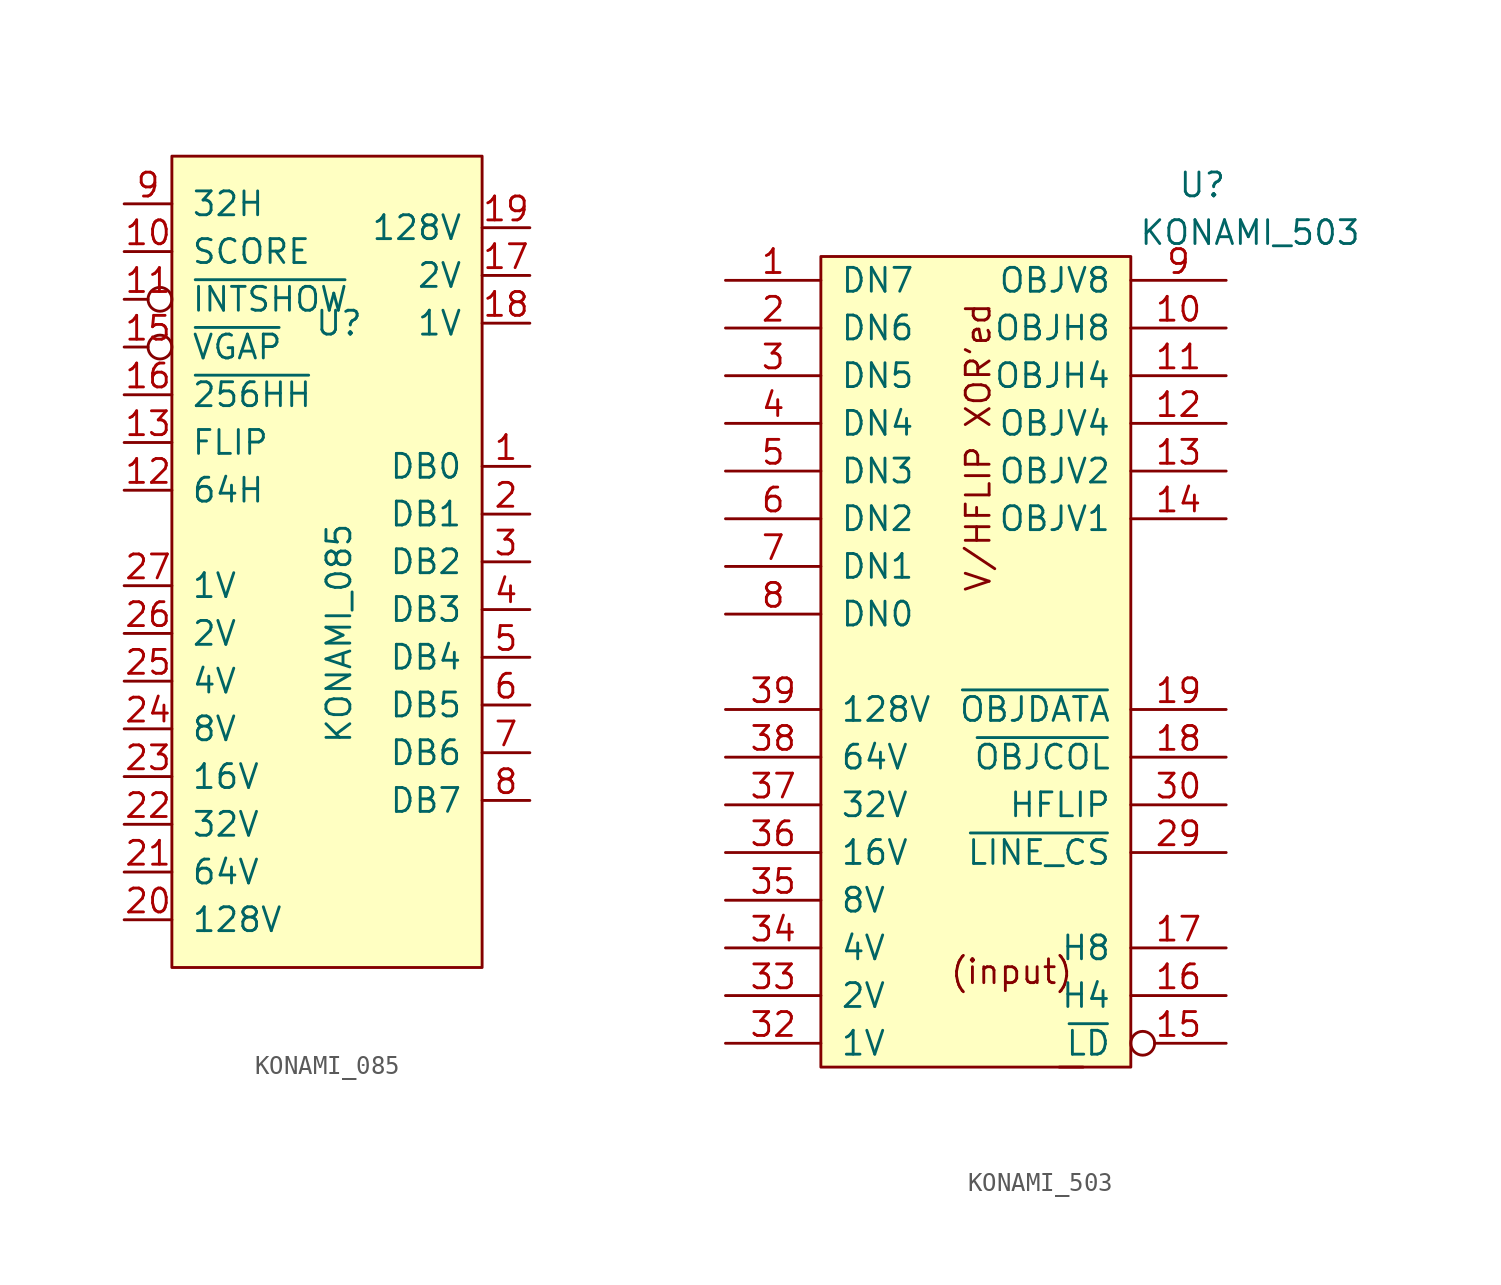
<source format=kicad_sym>
(kicad_symbol_lib
  (version 20231120)
  (generator "kicad_symbol_editor")
  (generator_version "8.0")
  (symbol "KONAMI_085"
    (pin_names
      (offset 1.016))
    (property "Reference" "U"
      (at 0 0 0)
      (effects (font (size 1.27 1.27))))
    (property "Value" "KONAMI_085"
      (at 0 -16.51 90)
      (effects (font (size 1.27 1.27))))
    (symbol "KONAMI_085_0_1"
      (rectangle (start -8.89 8.89) (end 7.62 -34.29) (stroke (width 0) (type default)) (fill (type background))))
    (symbol "KONAMI_085_1_1"
      (pin input line (at 10.16 -7.62 180) (length 2.54) (name "DB0" (effects (font (size 1.27 1.27)))) (number "1" (effects (font (size 1.27 1.27)))))
      (pin input line (at -11.43 3.81 0) (length 2.54) (name "SCORE" (effects (font (size 1.27 1.27)))) (number "10" (effects (font (size 1.27 1.27)))))
      (pin input inverted (at -11.43 1.27 0) (length 2.54) (name "~{INTSHOW}" (effects (font (size 1.27 1.27)))) (number "11" (effects (font (size 1.27 1.27)))))
      (pin input line (at -11.43 -8.89 0) (length 2.54) (name "64H" (effects (font (size 1.27 1.27)))) (number "12" (effects (font (size 1.27 1.27)))))
      (pin input line (at -11.43 -6.35 0) (length 2.54) (name "FLIP" (effects (font (size 1.27 1.27)))) (number "13" (effects (font (size 1.27 1.27)))))
      (pin input inverted (at -11.43 -1.27 0) (length 2.54) (name "~{VGAP}" (effects (font (size 1.27 1.27)))) (number "15" (effects (font (size 1.27 1.27)))))
      (pin input line (at -11.43 -3.81 0) (length 2.54) (name "~{256HH}" (effects (font (size 1.27 1.27)))) (number "16" (effects (font (size 1.27 1.27)))))
      (pin output line (at 10.16 2.54 180) (length 2.54) (name "2V" (effects (font (size 1.27 1.27)))) (number "17" (effects (font (size 1.27 1.27)))))
      (pin output line (at 10.16 0 180) (length 2.54) (name "1V" (effects (font (size 1.27 1.27)))) (number "18" (effects (font (size 1.27 1.27)))))
      (pin output line (at 10.16 5.08 180) (length 2.54) (name "128V" (effects (font (size 1.27 1.27)))) (number "19" (effects (font (size 1.27 1.27)))))
      (pin input line (at 10.16 -10.16 180) (length 2.54) (name "DB1" (effects (font (size 1.27 1.27)))) (number "2" (effects (font (size 1.27 1.27)))))
      (pin bidirectional line (at -11.43 -31.75 0) (length 2.54) (name "128V" (effects (font (size 1.27 1.27)))) (number "20" (effects (font (size 1.27 1.27)))))
      (pin bidirectional line (at -11.43 -29.21 0) (length 2.54) (name "64V" (effects (font (size 1.27 1.27)))) (number "21" (effects (font (size 1.27 1.27)))))
      (pin bidirectional line (at -11.43 -26.67 0) (length 2.54) (name "32V" (effects (font (size 1.27 1.27)))) (number "22" (effects (font (size 1.27 1.27)))))
      (pin bidirectional line (at -11.43 -24.13 0) (length 2.54) (name "16V" (effects (font (size 1.27 1.27)))) (number "23" (effects (font (size 1.27 1.27)))))
      (pin bidirectional line (at -11.43 -21.59 0) (length 2.54) (name "8V" (effects (font (size 1.27 1.27)))) (number "24" (effects (font (size 1.27 1.27)))))
      (pin bidirectional line (at -11.43 -19.05 0) (length 2.54) (name "4V" (effects (font (size 1.27 1.27)))) (number "25" (effects (font (size 1.27 1.27)))))
      (pin bidirectional line (at -11.43 -16.51 0) (length 2.54) (name "2V" (effects (font (size 1.27 1.27)))) (number "26" (effects (font (size 1.27 1.27)))))
      (pin bidirectional line (at -11.43 -13.97 0) (length 2.54) (name "1V" (effects (font (size 1.27 1.27)))) (number "27" (effects (font (size 1.27 1.27)))))
      (pin input line (at 10.16 -12.7 180) (length 2.54) (name "DB2" (effects (font (size 1.27 1.27)))) (number "3" (effects (font (size 1.27 1.27)))))
      (pin input line (at 10.16 -15.24 180) (length 2.54) (name "DB3" (effects (font (size 1.27 1.27)))) (number "4" (effects (font (size 1.27 1.27)))))
      (pin input line (at 10.16 -17.78 180) (length 2.54) (name "DB4" (effects (font (size 1.27 1.27)))) (number "5" (effects (font (size 1.27 1.27)))))
      (pin input line (at 10.16 -20.32 180) (length 2.54) (name "DB5" (effects (font (size 1.27 1.27)))) (number "6" (effects (font (size 1.27 1.27)))))
      (pin input line (at 10.16 -22.86 180) (length 2.54) (name "DB6" (effects (font (size 1.27 1.27)))) (number "7" (effects (font (size 1.27 1.27)))))
      (pin input line (at 10.16 -25.4 180) (length 2.54) (name "DB7" (effects (font (size 1.27 1.27)))) (number "8" (effects (font (size 1.27 1.27)))))
      (pin input line (at -11.43 6.35 0) (length 2.54) (name "32H" (effects (font (size 1.27 1.27)))) (number "9" (effects (font (size 1.27 1.27)))))))
  (symbol "KONAMI_503"
    (pin_names
      (offset 1.016))
    (property "Reference" "U"
      (at 15.24 11.43 0)
      (effects (font (size 1.27 1.27))))
    (property "Value" "KONAMI_503"
      (at 17.78 8.89 0)
      (effects (font (size 1.27 1.27))))
    (symbol "KONAMI_503_0_0"
      (text "(input)" (at 5.08 -30.48 0) (effects (font (size 1.27 1.27))))
      (text "V/HFLIP XOR'ed" (at 3.302 -2.54 900) (effects (font (size 1.27 1.27)))))
    (symbol "KONAMI_503_0_1"
      (rectangle (start -5.08 7.62) (end 11.43 -35.56) (stroke (width 0) (type default)) (fill (type background)))
      (rectangle (start 8.89 -35.56) (end 7.62 -35.56) (stroke (width 0) (type default)) (fill (type background))))
    (symbol "KONAMI_503_1_0"
      (pin input line (at -10.16 6.35 0) (length 5.08) (name "DN7" (effects (font (size 1.27 1.27)))) (number "1" (effects (font (size 1.27 1.27)))))
      (pin output line (at 16.51 3.81 180) (length 5.08) (name "OBJH8" (effects (font (size 1.27 1.27)))) (number "10" (effects (font (size 1.27 1.27)))))
      (pin output line (at 16.51 1.27 180) (length 5.08) (name "OBJH4" (effects (font (size 1.27 1.27)))) (number "11" (effects (font (size 1.27 1.27)))))
      (pin output line (at 16.51 -1.27 180) (length 5.08) (name "OBJV4" (effects (font (size 1.27 1.27)))) (number "12" (effects (font (size 1.27 1.27)))))
      (pin output line (at 16.51 -3.81 180) (length 5.08) (name "OBJV2" (effects (font (size 1.27 1.27)))) (number "13" (effects (font (size 1.27 1.27)))))
      (pin output line (at 16.51 -6.35 180) (length 5.08) (name "OBJV1" (effects (font (size 1.27 1.27)))) (number "14" (effects (font (size 1.27 1.27)))))
      (pin input inverted (at 16.51 -34.29 180) (length 5.08) (name "~{LD}" (effects (font (size 1.27 1.27)))) (number "15" (effects (font (size 1.27 1.27)))))
      (pin input line (at 16.51 -31.75 180) (length 5.08) (name "H4" (effects (font (size 1.27 1.27)))) (number "16" (effects (font (size 1.27 1.27)))))
      (pin input line (at 16.51 -29.21 180) (length 5.08) (name "H8" (effects (font (size 1.27 1.27)))) (number "17" (effects (font (size 1.27 1.27)))))
      (pin output line (at 16.51 -19.05 180) (length 5.08) (name "~{OBJCOL}" (effects (font (size 1.27 1.27)))) (number "18" (effects (font (size 1.27 1.27)))))
      (pin output line (at 16.51 -16.51 180) (length 5.08) (name "~{OBJDATA}" (effects (font (size 1.27 1.27)))) (number "19" (effects (font (size 1.27 1.27)))))
      (pin input line (at -10.16 3.81 0) (length 5.08) (name "DN6" (effects (font (size 1.27 1.27)))) (number "2" (effects (font (size 1.27 1.27)))))
      (pin output line (at 16.51 -24.13 180) (length 5.08) (name "~{LINE_CS}" (effects (font (size 1.27 1.27)))) (number "29" (effects (font (size 1.27 1.27)))))
      (pin input line (at -10.16 1.27 0) (length 5.08) (name "DN5" (effects (font (size 1.27 1.27)))) (number "3" (effects (font (size 1.27 1.27)))))
      (pin output line (at 16.51 -21.59 180) (length 5.08) (name "HFLIP" (effects (font (size 1.27 1.27)))) (number "30" (effects (font (size 1.27 1.27)))))
      (pin input line (at -10.16 -34.29 0) (length 5.08) (name "1V" (effects (font (size 1.27 1.27)))) (number "32" (effects (font (size 1.27 1.27)))))
      (pin input line (at -10.16 -31.75 0) (length 5.08) (name "2V" (effects (font (size 1.27 1.27)))) (number "33" (effects (font (size 1.27 1.27)))))
      (pin input line (at -10.16 -29.21 0) (length 5.08) (name "4V" (effects (font (size 1.27 1.27)))) (number "34" (effects (font (size 1.27 1.27)))))
      (pin input line (at -10.16 -26.67 0) (length 5.08) (name "8V" (effects (font (size 1.27 1.27)))) (number "35" (effects (font (size 1.27 1.27)))))
      (pin input line (at -10.16 -24.13 0) (length 5.08) (name "16V" (effects (font (size 1.27 1.27)))) (number "36" (effects (font (size 1.27 1.27)))))
      (pin input line (at -10.16 -21.59 0) (length 5.08) (name "32V" (effects (font (size 1.27 1.27)))) (number "37" (effects (font (size 1.27 1.27)))))
      (pin input line (at -10.16 -19.05 0) (length 5.08) (name "64V" (effects (font (size 1.27 1.27)))) (number "38" (effects (font (size 1.27 1.27)))))
      (pin input line (at -10.16 -16.51 0) (length 5.08) (name "128V" (effects (font (size 1.27 1.27)))) (number "39" (effects (font (size 1.27 1.27)))))
      (pin input line (at -10.16 -1.27 0) (length 5.08) (name "DN4" (effects (font (size 1.27 1.27)))) (number "4" (effects (font (size 1.27 1.27)))))
      (pin power_in line (at 3.81 7.62 270) (length 5.08) hide (name "VCC" (effects (font (size 1.27 1.27)))) (number "40" (effects (font (size 1.27 1.27)))))
      (pin input line (at -10.16 -3.81 0) (length 5.08) (name "DN3" (effects (font (size 1.27 1.27)))) (number "5" (effects (font (size 1.27 1.27)))))
      (pin input line (at -10.16 -6.35 0) (length 5.08) (name "DN2" (effects (font (size 1.27 1.27)))) (number "6" (effects (font (size 1.27 1.27)))))
      (pin input line (at -10.16 -8.89 0) (length 5.08) (name "DN1" (effects (font (size 1.27 1.27)))) (number "7" (effects (font (size 1.27 1.27)))))
      (pin input line (at -10.16 -11.43 0) (length 5.08) (name "DN0" (effects (font (size 1.27 1.27)))) (number "8" (effects (font (size 1.27 1.27)))))
      (pin output line (at 16.51 6.35 180) (length 5.08) (name "OBJV8" (effects (font (size 1.27 1.27)))) (number "9" (effects (font (size 1.27 1.27))))))
    (symbol "KONAMI_503_1_1"
      (pin power_in line (at 3.81 -35.56 90) (length 5.08) hide (name "VSS" (effects (font (size 1.27 1.27)))) (number "20" (effects (font (size 1.27 1.27))))))))
</source>
